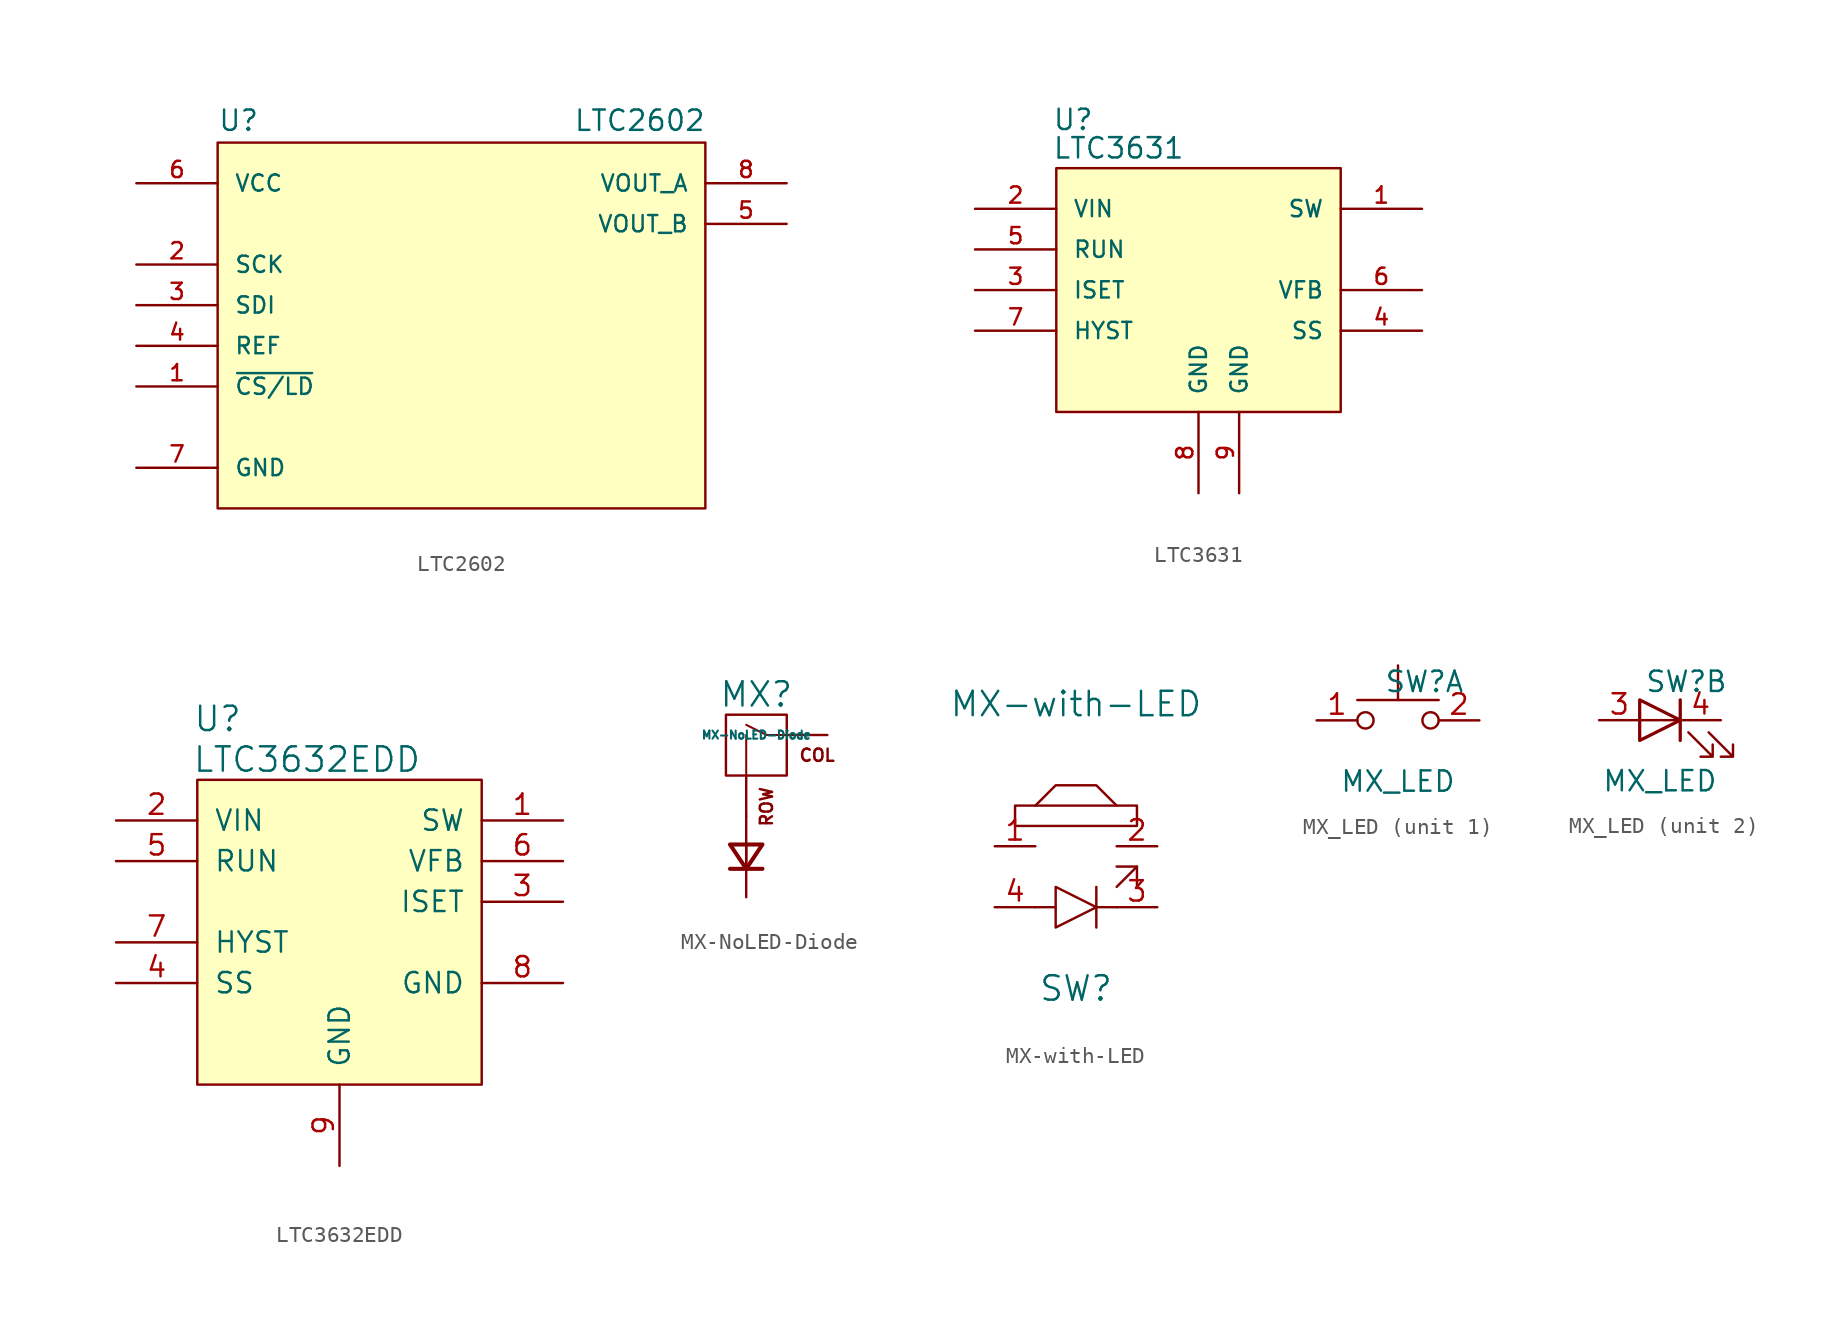
<source format=kicad_sym>
(kicad_symbol_lib
  (version 20220914)
  (generator kicad_symbol_editor)
  (symbol "LTC2602"
    (pin_names
      (offset 1.016))
    (property "Reference" "U"
      (at -15.24 8.255 0)
      (effects (font (size 1.27 1.27)) (justify left bottom)))
    (property "Value" "LTC2602"
      (at 6.985 8.255 0)
      (effects (font (size 1.27 1.27)) (justify left bottom)))
    (property "ki_locked" ""
      (at 0 0 0)
      (effects (font (size 1.27 1.27))))
    (symbol "LTC2602_0_0"
      (pin input line (at -20.32 -7.62 0) (length 5.08) (name "~{CS/LD}" (effects (font (size 1.016 1.016)))) (number "1" (effects (font (size 1.016 1.016)))))
      (pin input line (at -20.32 0 0) (length 5.08) (name "SCK" (effects (font (size 1.016 1.016)))) (number "2" (effects (font (size 1.016 1.016)))))
      (pin input line (at -20.32 -2.54 0) (length 5.08) (name "SDI" (effects (font (size 1.016 1.016)))) (number "3" (effects (font (size 1.016 1.016)))))
      (pin input line (at -20.32 -5.08 0) (length 5.08) (name "REF" (effects (font (size 1.016 1.016)))) (number "4" (effects (font (size 1.016 1.016)))))
      (pin output line (at 20.32 2.54 180) (length 5.08) (name "VOUT_B" (effects (font (size 1.016 1.016)))) (number "5" (effects (font (size 1.016 1.016)))))
      (pin power_in line (at -20.32 5.08 0) (length 5.08) (name "VCC" (effects (font (size 1.016 1.016)))) (number "6" (effects (font (size 1.016 1.016)))))
      (pin passive line (at -20.32 -12.7 0) (length 5.08) (name "GND" (effects (font (size 1.016 1.016)))) (number "7" (effects (font (size 1.016 1.016)))))
      (pin output line (at 20.32 5.08 180) (length 5.08) (name "VOUT_A" (effects (font (size 1.016 1.016)))) (number "8" (effects (font (size 1.016 1.016))))))
    (symbol "LTC2602_0_1"
      (rectangle (start -15.24 7.62) (end 15.24 -15.24) (stroke (width 0) (type default)) (fill (type background)))))
  (symbol "LTC3631"
    (pin_names
      (offset 1.016))
    (property "Reference" "U"
      (at -9.144 9.906 0)
      (effects (font (size 1.27 1.27)) (justify left bottom)))
    (property "Value" "LTC3631"
      (at -9.144 8.128 0)
      (effects (font (size 1.27 1.27)) (justify left bottom)))
    (property "ki_locked" ""
      (at 0 0 0)
      (effects (font (size 1.27 1.27))))
    (symbol "LTC3631_0_0"
      (rectangle (start -8.89 7.62) (end 8.89 -7.62) (stroke (width 0) (type default)) (fill (type background)))
      (pin input line (at -13.97 5.08 0) (length 5.08) (name "VIN" (effects (font (size 1.016 1.016)))) (number "2" (effects (font (size 1.016 1.016)))))
      (pin input line (at -13.97 0 0) (length 5.08) (name "ISET" (effects (font (size 1.016 1.016)))) (number "3" (effects (font (size 1.016 1.016)))))
      (pin input line (at -13.97 2.54 0) (length 5.08) (name "RUN" (effects (font (size 1.016 1.016)))) (number "5" (effects (font (size 1.016 1.016))))))
    (symbol "LTC3631_1_0"
      (pin passive line (at 13.97 5.08 180) (length 5.08) (name "SW" (effects (font (size 1.016 1.016)))) (number "1" (effects (font (size 1.016 1.016)))))
      (pin input line (at 13.97 -2.54 180) (length 5.08) (name "SS" (effects (font (size 1.016 1.016)))) (number "4" (effects (font (size 1.016 1.016)))))
      (pin input line (at 13.97 0 180) (length 5.08) (name "VFB" (effects (font (size 1.016 1.016)))) (number "6" (effects (font (size 1.016 1.016)))))
      (pin output line (at -13.97 -2.54 0) (length 5.08) (name "HYST" (effects (font (size 1.016 1.016)))) (number "7" (effects (font (size 1.016 1.016)))))
      (pin passive line (at 0 -12.7 90) (length 5.08) (name "GND" (effects (font (size 1.016 1.016)))) (number "8" (effects (font (size 1.016 1.016)))))
      (pin passive line (at 2.54 -12.7 90) (length 5.08) (name "GND" (effects (font (size 1.016 1.016)))) (number "9" (effects (font (size 1.016 1.016)))))))
  (symbol "LTC3632EDD"
    (pin_names
      (offset 1.016))
    (property "Reference" "U"
      (at -7.62 13.97 0)
      (effects (font (size 1.524 1.524))))
    (property "Value" "LTC3632EDD"
      (at -2.032 11.43 0)
      (effects (font (size 1.524 1.524))))
    (symbol "LTC3632EDD_0_1"
      (rectangle (start 8.89 -8.89) (end -8.89 10.16) (stroke (width 0) (type default)) (fill (type background))))
    (symbol "LTC3632EDD_1_1"
      (pin passive line (at 13.97 7.62 180) (length 5.08) (name "SW" (effects (font (size 1.27 1.27)))) (number "1" (effects (font (size 1.27 1.27)))))
      (pin passive line (at -13.97 7.62 0) (length 5.08) (name "VIN" (effects (font (size 1.27 1.27)))) (number "2" (effects (font (size 1.27 1.27)))))
      (pin input line (at 13.97 2.54 180) (length 5.08) (name "ISET" (effects (font (size 1.27 1.27)))) (number "3" (effects (font (size 1.27 1.27)))))
      (pin passive line (at -13.97 -2.54 0) (length 5.08) (name "SS" (effects (font (size 1.27 1.27)))) (number "4" (effects (font (size 1.27 1.27)))))
      (pin passive line (at -13.97 5.08 0) (length 5.08) (name "RUN" (effects (font (size 1.27 1.27)))) (number "5" (effects (font (size 1.27 1.27)))))
      (pin passive line (at 13.97 5.08 180) (length 5.08) (name "VFB" (effects (font (size 1.27 1.27)))) (number "6" (effects (font (size 1.27 1.27)))))
      (pin passive line (at -13.97 0 0) (length 5.08) (name "HYST" (effects (font (size 1.27 1.27)))) (number "7" (effects (font (size 1.27 1.27)))))
      (pin passive line (at 13.97 -2.54 180) (length 5.08) (name "GND" (effects (font (size 1.27 1.27)))) (number "8" (effects (font (size 1.27 1.27)))))
      (pin passive line (at 0 -13.97 90) (length 5.08) (name "GND" (effects (font (size 1.27 1.27)))) (number "9" (effects (font (size 1.27 1.27)))))))
  (symbol "MX-NoLED-Diode"
    (pin_names
      (offset 1.016))
    (property "Reference" "MX"
      (at -0.635 3.81 0)
      (effects (font (size 1.524 1.524))))
    (property "Value" "MX-NoLED-Diode"
      (at -0.635 1.27 0)
      (effects (font (size 0.508 0.508))))
    (symbol "MX-NoLED-Diode_0_0"
      (rectangle (start -2.54 2.54) (end 1.27 -1.27) (stroke (width 0) (type default)) (fill (type none)))
      (polyline (pts (xy -1.27 -1.27) (xy -1.27 1.27)) (stroke (width 0.127) (type default)) (fill (type none)))
      (polyline (pts (xy 1.27 1.27) (xy 0 1.27) (xy -1.27 1.905)) (stroke (width 0.127) (type default)) (fill (type none)))
      (text "COL" (at 3.175 0 0) (effects (font (size 0.762 0.762))))
      (text "ROW" (at 0 -1.905 900) (effects (font (size 0.762 0.762)) (justify right))))
    (symbol "MX-NoLED-Diode_1_1"
      (polyline (pts (xy -1.27 -7.112) (xy -1.27 -5.588)) (stroke (width 0) (type default)) (fill (type none)))
      (polyline (pts (xy -0.254 -7.112) (xy -2.286 -7.112)) (stroke (width 0.254) (type default)) (fill (type none)))
      (polyline (pts (xy -0.254 -5.588) (xy -1.27 -7.112) (xy -2.286 -5.588) (xy -0.254 -5.588)) (stroke (width 0.254) (type default)) (fill (type none)))
      (pin passive line (at 3.81 1.27 180) (length 2.54) (name "COL" (effects (font (size 0 0)))) (number "1" (effects (font (size 0 0)))))
      (pin passive line (at -1.27 -3.81 90) (length 2.54) (name "ROW" (effects (font (size 0 0)))) (number "2" (effects (font (size 0 0)))))
      (pin passive line (at -1.27 -8.89 90) (length 5.08) (name "~" (effects (font (size 0 0)))) (number "3" (effects (font (size 0 0)))))))
  (symbol "MX-with-LED"
    (pin_names
      (offset 1.016))
    (property "Reference" "SW"
      (at 0 -8.89 0)
      (effects (font (size 1.524 1.524))))
    (property "Value" "MX-with-LED"
      (at 0 8.89 0)
      (effects (font (size 1.524 1.524))))
    (symbol "MX-with-LED_0_1"
      (polyline (pts (xy -1.27 -3.81) (xy -2.54 -3.81)) (stroke (width 0) (type default)) (fill (type none)))
      (polyline (pts (xy 1.27 -2.54) (xy 1.27 -5.08)) (stroke (width 0) (type default)) (fill (type none)))
      (polyline (pts (xy 2.54 -3.81) (xy 1.27 -3.81)) (stroke (width 0) (type default)) (fill (type none)))
      (polyline (pts (xy 2.54 -2.54) (xy 3.81 -1.27)) (stroke (width 0) (type default)) (fill (type none)))
      (polyline (pts (xy 3.81 -2.54) (xy 3.81 -1.27) (xy 2.54 -1.27)) (stroke (width 0) (type default)) (fill (type none)))
      (polyline (pts (xy -2.54 2.54) (xy -1.27 3.81) (xy 1.27 3.81) (xy 2.54 2.54)) (stroke (width 0) (type default)) (fill (type none)))
      (polyline (pts (xy -1.27 -2.54) (xy -1.27 -5.08) (xy 1.27 -3.81) (xy -1.27 -2.54)) (stroke (width 0) (type default)) (fill (type none)))
      (polyline (pts (xy -3.81 1.27) (xy 3.81 1.27) (xy 3.81 2.54) (xy -3.81 2.54) (xy -3.81 1.27)) (stroke (width 0) (type default)) (fill (type none))))
    (symbol "MX-with-LED_1_1"
      (pin input line (at -5.08 0 0) (length 2.54) (name "~" (effects (font (size 1.27 1.27)))) (number "1" (effects (font (size 1.27 1.27)))))
      (pin input line (at 5.08 0 180) (length 2.54) (name "~" (effects (font (size 1.27 1.27)))) (number "2" (effects (font (size 1.27 1.27)))))
      (pin input line (at 5.08 -3.81 180) (length 2.54) (name "~" (effects (font (size 1.27 1.27)))) (number "3" (effects (font (size 1.27 1.27)))))
      (pin input line (at -5.08 -3.81 0) (length 2.54) (name "~" (effects (font (size 1.27 1.27)))) (number "4" (effects (font (size 1.27 1.27)))))))
  (symbol "MX_LED"
    (pin_names
      (offset 1.016) hide)
    (property "Reference" "SW"
      (at 1.651 2.413 0)
      (effects (font (size 1.27 1.27))))
    (property "Value" "MX_LED"
      (at 0 -3.81 0)
      (effects (font (size 1.27 1.27))))
    (property "ki_locked" ""
      (at 0 0 0)
      (effects (font (size 1.27 1.27))))
    (symbol "MX_LED_1_1"
      (circle (center -2.032 0) (radius 0.508) (stroke (width 0) (type default)) (fill (type none)))
      (polyline (pts (xy -2.54 1.27) (xy 2.54 1.27)) (stroke (width 0) (type default)) (fill (type none)))
      (polyline (pts (xy 0 1.27) (xy 0 3.429)) (stroke (width 0) (type default)) (fill (type none)))
      (circle (center 2.032 0) (radius 0.508) (stroke (width 0) (type default)) (fill (type none)))
      (pin passive line (at -5.08 0 0) (length 2.54) (name "1" (effects (font (size 1.27 1.27)))) (number "1" (effects (font (size 1.27 1.27)))))
      (pin passive line (at 5.08 0 180) (length 2.54) (name "2" (effects (font (size 1.27 1.27)))) (number "2" (effects (font (size 1.27 1.27))))))
    (symbol "MX_LED_2_1"
      (polyline (pts (xy 1.27 -1.27) (xy 1.27 1.27)) (stroke (width 0.203) (type default)) (fill (type none)))
      (polyline (pts (xy 1.27 0) (xy -1.27 0)) (stroke (width 0) (type default)) (fill (type none)))
      (polyline (pts (xy -1.27 -1.27) (xy -1.27 1.27) (xy 1.27 0) (xy -1.27 -1.27)) (stroke (width 0.203) (type default)) (fill (type none)))
      (polyline (pts (xy 1.778 -0.762) (xy 3.302 -2.286) (xy 2.54 -2.286) (xy 3.302 -2.286) (xy 3.302 -1.524)) (stroke (width 0) (type default)) (fill (type none)))
      (polyline (pts (xy 3.048 -0.762) (xy 4.572 -2.286) (xy 3.81 -2.286) (xy 4.572 -2.286) (xy 4.572 -1.524)) (stroke (width 0) (type default)) (fill (type none)))
      (pin passive line (at -3.81 0 0) (length 2.54) (name "3" (effects (font (size 1.27 1.27)))) (number "3" (effects (font (size 1.27 1.27)))))
      (pin passive line (at 3.81 0 180) (length 2.54) (name "4" (effects (font (size 1.27 1.27)))) (number "4" (effects (font (size 1.27 1.27))))))))
</source>
